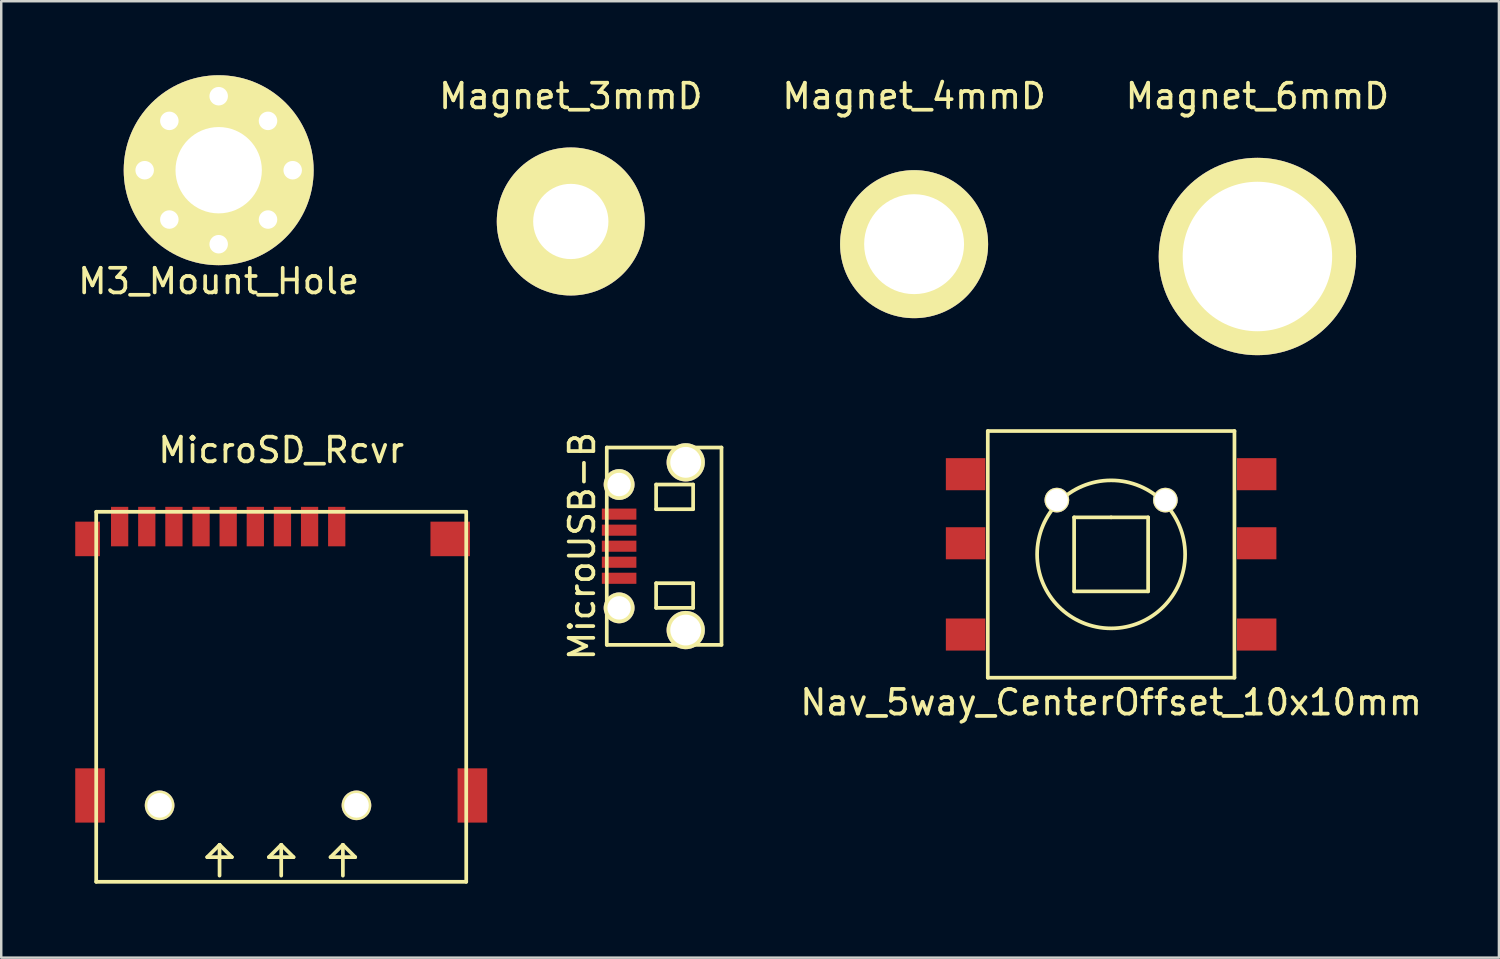
<source format=kicad_pcb>
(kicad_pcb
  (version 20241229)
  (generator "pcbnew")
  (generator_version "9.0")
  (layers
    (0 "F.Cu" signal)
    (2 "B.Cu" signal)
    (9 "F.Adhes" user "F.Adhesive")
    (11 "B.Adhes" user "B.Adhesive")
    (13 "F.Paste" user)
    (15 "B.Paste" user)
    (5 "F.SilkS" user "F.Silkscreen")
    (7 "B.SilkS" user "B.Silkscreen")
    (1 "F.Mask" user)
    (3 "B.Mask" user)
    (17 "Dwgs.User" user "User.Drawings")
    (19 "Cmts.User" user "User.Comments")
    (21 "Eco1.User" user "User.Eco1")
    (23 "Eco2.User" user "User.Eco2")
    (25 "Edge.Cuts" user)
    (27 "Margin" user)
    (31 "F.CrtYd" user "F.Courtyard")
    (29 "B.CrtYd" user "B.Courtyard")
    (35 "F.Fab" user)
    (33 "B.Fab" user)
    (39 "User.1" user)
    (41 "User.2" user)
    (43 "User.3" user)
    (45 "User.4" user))
  (footprint "MicroUSB-B"
    (layer "F.Cu")
    (at 22.048 19.092)
    (property "Reference" "MicroUSB-B" (at -1.5 0 90) (layer "F.SilkS") (effects (font (size 1 1) (thickness 0.15))))
    (attr through_hole)
    (fp_line (start -0.5 -4) (end -0.5 4) (stroke (width 0.15) (type solid)) (layer "F.SilkS"))
    (fp_line (start -0.5 4) (end 4.15 4) (stroke (width 0.15) (type solid)) (layer "F.SilkS"))
    (fp_line (start 1.5 -2.5) (end 1.5 -1.5) (stroke (width 0.15) (type solid)) (layer "F.SilkS"))
    (fp_line (start 1.5 -1.5) (end 3 -1.5) (stroke (width 0.15) (type solid)) (layer "F.SilkS"))
    (fp_line (start 1.5 1.5) (end 1.5 2.5) (stroke (width 0.15) (type solid)) (layer "F.SilkS"))
    (fp_line (start 1.5 2.5) (end 3 2.5) (stroke (width 0.15) (type solid)) (layer "F.SilkS"))
    (fp_line (start 3 -2.5) (end 1.5 -2.5) (stroke (width 0.15) (type solid)) (layer "F.SilkS"))
    (fp_line (start 3 -1.5) (end 3 -2.5) (stroke (width 0.15) (type solid)) (layer "F.SilkS"))
    (fp_line (start 3 1.5) (end 1.5 1.5) (stroke (width 0.15) (type solid)) (layer "F.SilkS"))
    (fp_line (start 3 2.5) (end 3 1.5) (stroke (width 0.15) (type solid)) (layer "F.SilkS"))
    (fp_line (start 4.15 -4) (end -0.5 -4) (stroke (width 0.15) (type solid)) (layer "F.SilkS"))
    (fp_line (start 4.15 4) (end 4.15 -4) (stroke (width 0.15) (type solid)) (layer "F.SilkS"))
    (pad "1" smd rect (at 0 1.3) (size 1.4 0.45) (layers "F.Cu" "F.Mask" "F.Paste"))
    (pad "2" smd rect (at 0 0.65) (size 1.4 0.45) (layers "F.Cu" "F.Mask" "F.Paste"))
    (pad "3" smd rect (at 0 0) (size 1.4 0.45) (layers "F.Cu" "F.Mask" "F.Paste"))
    (pad "4" smd rect (at 0 -0.65) (size 1.4 0.45) (layers "F.Cu" "F.Mask" "F.Paste"))
    (pad "5" thru_hole oval (at 0 -2.5) (size 1.25 1.25) (drill oval 0.95) (layers "*.Cu" "*.Mask" "F.SilkS"))
    (pad "5" smd rect (at 0 -1.3) (size 1.4 0.45) (layers "F.Cu" "F.Mask" "F.Paste"))
    (pad "5" thru_hole oval (at 0 2.5) (size 1.25 1.25) (drill oval 0.95) (layers "*.Cu" "*.Mask" "F.SilkS"))
    (pad "5" thru_hole oval (at 2.7 -3.4) (size 1.55 1.55) (drill oval 1.25) (layers "*.Cu" "*.Mask" "F.SilkS"))
    (pad "5" thru_hole oval (at 2.7 3.4) (size 1.55 1.55) (drill oval 1.25) (layers "*.Cu" "*.Mask" "F.SilkS")))
  (footprint "Magnet_4mmD"
    (layer "F.Cu")
    (at 34.006 6.848)
    (property "Reference" "Magnet_4mmD" (at 0 -6 0) (layer "F.SilkS") (effects (font (size 1 1) (thickness 0.15))))
    (attr through_hole)
    (pad "1" thru_hole circle (at 0 0) (size 6 6) (drill 4.05) (layers "*.Cu" "*.Mask" "F.SilkS")))
  (footprint "Magnet_6mmD"
    (layer "F.Cu")
    (at 47.923 7.348)
    (property "Reference" "Magnet_6mmD" (at 0 -6.5 0) (layer "F.SilkS") (effects (font (size 1 1) (thickness 0.15))))
    (attr through_hole)
    (pad "1" thru_hole circle (at 0 0) (size 8 8) (drill 6.06) (layers "*.Cu" "*.Mask" "F.SilkS")))
  (footprint "Magnet_3mmD"
    (layer "F.Cu")
    (at 20.089 5.928)
    (property "Reference" "Magnet_3mmD" (at 0 -5.08 0) (layer "F.SilkS") (effects (font (size 1 1) (thickness 0.15))))
    (attr through_hole)
    (pad "1" thru_hole circle (at 0 0) (size 6 6) (drill 3.05) (layers "*.Cu" "*.Mask" "F.SilkS")))
  (footprint "M3_Mount_Hole"
    (layer "F.Cu")
    (at 5.815 3.85)
    (property "Reference" "M3_Mount_Hole" (at 0 4.5 0) (layer "F.SilkS") (effects (font (size 1 1) (thickness 0.15))))
    (attr through_hole)
    (pad "1" thru_hole circle (at -3 0) (size 1 1) (drill 0.75) (layers "*.Cu" "*.Mask" "F.SilkS"))
    (pad "1" thru_hole circle (at -2 -2) (size 1 1) (drill 0.75) (layers "*.Cu" "*.Mask" "F.SilkS"))
    (pad "1" thru_hole circle (at -2 2) (size 1 1) (drill 0.75) (layers "*.Cu" "*.Mask" "F.SilkS"))
    (pad "1" thru_hole circle (at 0 -3) (size 1 1) (drill 0.75) (layers "*.Cu" "*.Mask" "F.SilkS"))
    (pad "1" thru_hole circle (at 0 0) (size 7.7 7.7) (drill 3.5) (layers "*.Cu" "*.Mask" "F.SilkS"))
    (pad "1" thru_hole circle (at 0 3) (size 1 1) (drill 0.75) (layers "*.Cu" "*.Mask" "F.SilkS"))
    (pad "1" thru_hole circle (at 2 -2) (size 1 1) (drill 0.75) (layers "*.Cu" "*.Mask" "F.SilkS"))
    (pad "1" thru_hole circle (at 2 2) (size 1 1) (drill 0.75) (layers "*.Cu" "*.Mask" "F.SilkS"))
    (pad "1" thru_hole circle (at 3 0) (size 1 1) (drill 0.75) (layers "*.Cu" "*.Mask" "F.SilkS")))
  (footprint "Nav_5way_CenterOffset_10x10mm"
    (layer "F.Cu")
    (at 41.993 19.423)
    (property "Reference" "Nav_5way_CenterOffset_10x10mm" (at 0 6 0) (layer "F.SilkS") (effects (font (size 1 1) (thickness 0.15))))
    (attr through_hole)
    (fp_line (start -5 -5) (end 5 -5) (stroke (width 0.15) (type solid)) (layer "F.SilkS"))
    (fp_line (start -5 5) (end -5 -5) (stroke (width 0.15) (type solid)) (layer "F.SilkS"))
    (fp_line (start -1.5 -1.5) (end -1.5 1.5) (stroke (width 0.15) (type solid)) (layer "F.SilkS"))
    (fp_line (start -1.5 1.5) (end 1.5 1.5) (stroke (width 0.15) (type solid)) (layer "F.SilkS"))
    (fp_line (start 0 -1.5) (end -1.5 -1.5) (stroke (width 0.15) (type solid)) (layer "F.SilkS"))
    (fp_line (start 1.5 -1.5) (end 0 -1.5) (stroke (width 0.15) (type solid)) (layer "F.SilkS"))
    (fp_line (start 1.5 1.5) (end 1.5 -1.5) (stroke (width 0.15) (type solid)) (layer "F.SilkS"))
    (fp_line (start 5 -5) (end 5 5) (stroke (width 0.15) (type solid)) (layer "F.SilkS"))
    (fp_line (start 5 5) (end -5 5) (stroke (width 0.15) (type solid)) (layer "F.SilkS"))
    (fp_circle (center 0 0) (end 0 -3) (stroke (width 0.15) (type solid)) (fill no) (layer "F.SilkS"))
    (pad "1" smd rect (at -5.9 -3.25) (size 1.6 1.3) (layers "F.Cu" "F.Mask" "F.Paste"))
    (pad "2" smd rect (at -5.9 -0.45) (size 1.6 1.3) (layers "F.Cu" "F.Mask" "F.Paste"))
    (pad "3" smd rect (at -5.9 3.25) (size 1.6 1.3) (layers "F.Cu" "F.Mask" "F.Paste"))
    (pad "4" smd rect (at 5.9 -3.25) (size 1.6 1.3) (layers "F.Cu" "F.Mask" "F.Paste"))
    (pad "5" smd rect (at 5.9 -0.45) (size 1.6 1.3) (layers "F.Cu" "F.Mask" "F.Paste"))
    (pad "6" smd rect (at 5.9 3.25) (size 1.6 1.3) (layers "F.Cu" "F.Mask" "F.Paste"))
    (pad "7" thru_hole circle (at -2.2 -2.2) (size 1 1) (drill 0.9) (layers "*.Cu" "*.Mask" "F.SilkS"))
    (pad "7" thru_hole circle (at 2.2 -2.2) (size 1 1) (drill 0.9) (layers "*.Cu" "*.Mask" "F.SilkS")))
  (footprint "MicroSD_Rcvr"
    (layer "F.Cu")
    (at 8.35 25.197)
    (property "Reference" "MicroSD_Rcvr" (at 0 -10 0) (layer "F.SilkS") (effects (font (size 1 1) (thickness 0.15))))
    (attr through_hole)
    (fp_line (start -7.5 -7.5) (end 7.5 -7.5) (stroke (width 0.15) (type solid)) (layer "F.SilkS"))
    (fp_line (start -7.5 7.5) (end -7.5 -7.5) (stroke (width 0.15) (type solid)) (layer "F.SilkS"))
    (fp_line (start -3 6.5) (end -2 6.5) (stroke (width 0.15) (type solid)) (layer "F.SilkS"))
    (fp_line (start -2.5 6) (end -3 6.5) (stroke (width 0.15) (type solid)) (layer "F.SilkS"))
    (fp_line (start -2.5 7.25) (end -2.5 6) (stroke (width 0.15) (type solid)) (layer "F.SilkS"))
    (fp_line (start -2 6.5) (end -2.5 6) (stroke (width 0.15) (type solid)) (layer "F.SilkS"))
    (fp_line (start -0.5 6.5) (end 0 6) (stroke (width 0.15) (type solid)) (layer "F.SilkS"))
    (fp_line (start 0 6) (end 0.5 6.5) (stroke (width 0.15) (type solid)) (layer "F.SilkS"))
    (fp_line (start 0 7.25) (end 0 6) (stroke (width 0.15) (type solid)) (layer "F.SilkS"))
    (fp_line (start 0.5 6.5) (end -0.5 6.5) (stroke (width 0.15) (type solid)) (layer "F.SilkS"))
    (fp_line (start 2 6.5) (end 2.5 6) (stroke (width 0.15) (type solid)) (layer "F.SilkS"))
    (fp_line (start 2.5 6) (end 3 6.5) (stroke (width 0.15) (type solid)) (layer "F.SilkS"))
    (fp_line (start 2.5 7.25) (end 2.5 6) (stroke (width 0.15) (type solid)) (layer "F.SilkS"))
    (fp_line (start 3 6.5) (end 2 6.5) (stroke (width 0.15) (type solid)) (layer "F.SilkS"))
    (fp_line (start 7.5 -7.5) (end 7.5 7.5) (stroke (width 0.15) (type solid)) (layer "F.SilkS"))
    (fp_line (start 7.5 7.5) (end -7.5 7.5) (stroke (width 0.15) (type solid)) (layer "F.SilkS"))
    (pad "1" smd rect (at 2.25 -6.9) (size 0.7 1.6) (layers "F.Cu" "F.Mask" "F.Paste"))
    (pad "2" smd rect (at 1.15 -6.9) (size 0.7 1.6) (layers "F.Cu" "F.Mask" "F.Paste"))
    (pad "3" smd rect (at 0.05 -6.9) (size 0.7 1.6) (layers "F.Cu" "F.Mask" "F.Paste"))
    (pad "4" smd rect (at -1.05 -6.9) (size 0.7 1.6) (layers "F.Cu" "F.Mask" "F.Paste"))
    (pad "5" smd rect (at -2.15 -6.9) (size 0.7 1.6) (layers "F.Cu" "F.Mask" "F.Paste"))
    (pad "6" smd rect (at -3.25 -6.9) (size 0.7 1.6) (layers "F.Cu" "F.Mask" "F.Paste"))
    (pad "7" smd rect (at -4.35 -6.9) (size 0.7 1.6) (layers "F.Cu" "F.Mask" "F.Paste"))
    (pad "8" smd rect (at -5.45 -6.9) (size 0.7 1.6) (layers "F.Cu" "F.Mask" "F.Paste"))
    (pad "9" smd rect (at -6.55 -6.9) (size 0.7 1.6) (layers "F.Cu" "F.Mask" "F.Paste"))
    (pad "10" smd rect (at -7.85 -6.4) (size 1 1.4) (layers "F.Cu" "F.Mask" "F.Paste"))
    (pad "10" smd rect (at -7.75 4) (size 1.2 2.2) (layers "F.Cu" "F.Mask" "F.Paste"))
    (pad "10" thru_hole circle (at -4.93 4.4) (size 1.2 1.2) (drill 1) (layers "*.Cu" "*.Mask" "F.SilkS"))
    (pad "10" thru_hole circle (at 3.05 4.4) (size 1.2 1.2) (drill 1) (layers "*.Cu" "*.Mask" "F.SilkS"))
    (pad "10" smd rect (at 6.85 -6.4) (size 1.6 1.4) (layers "F.Cu" "F.Mask" "F.Paste"))
    (pad "10" smd rect (at 7.75 4) (size 1.2 2.2) (layers "F.Cu" "F.Mask" "F.Paste")))
  (gr_rect
    (start -3 -3)
    (end 57.714 35.772)
    (stroke (width 0.1) (type default))
    (fill no)
    (layer "Edge.Cuts")))
</source>
